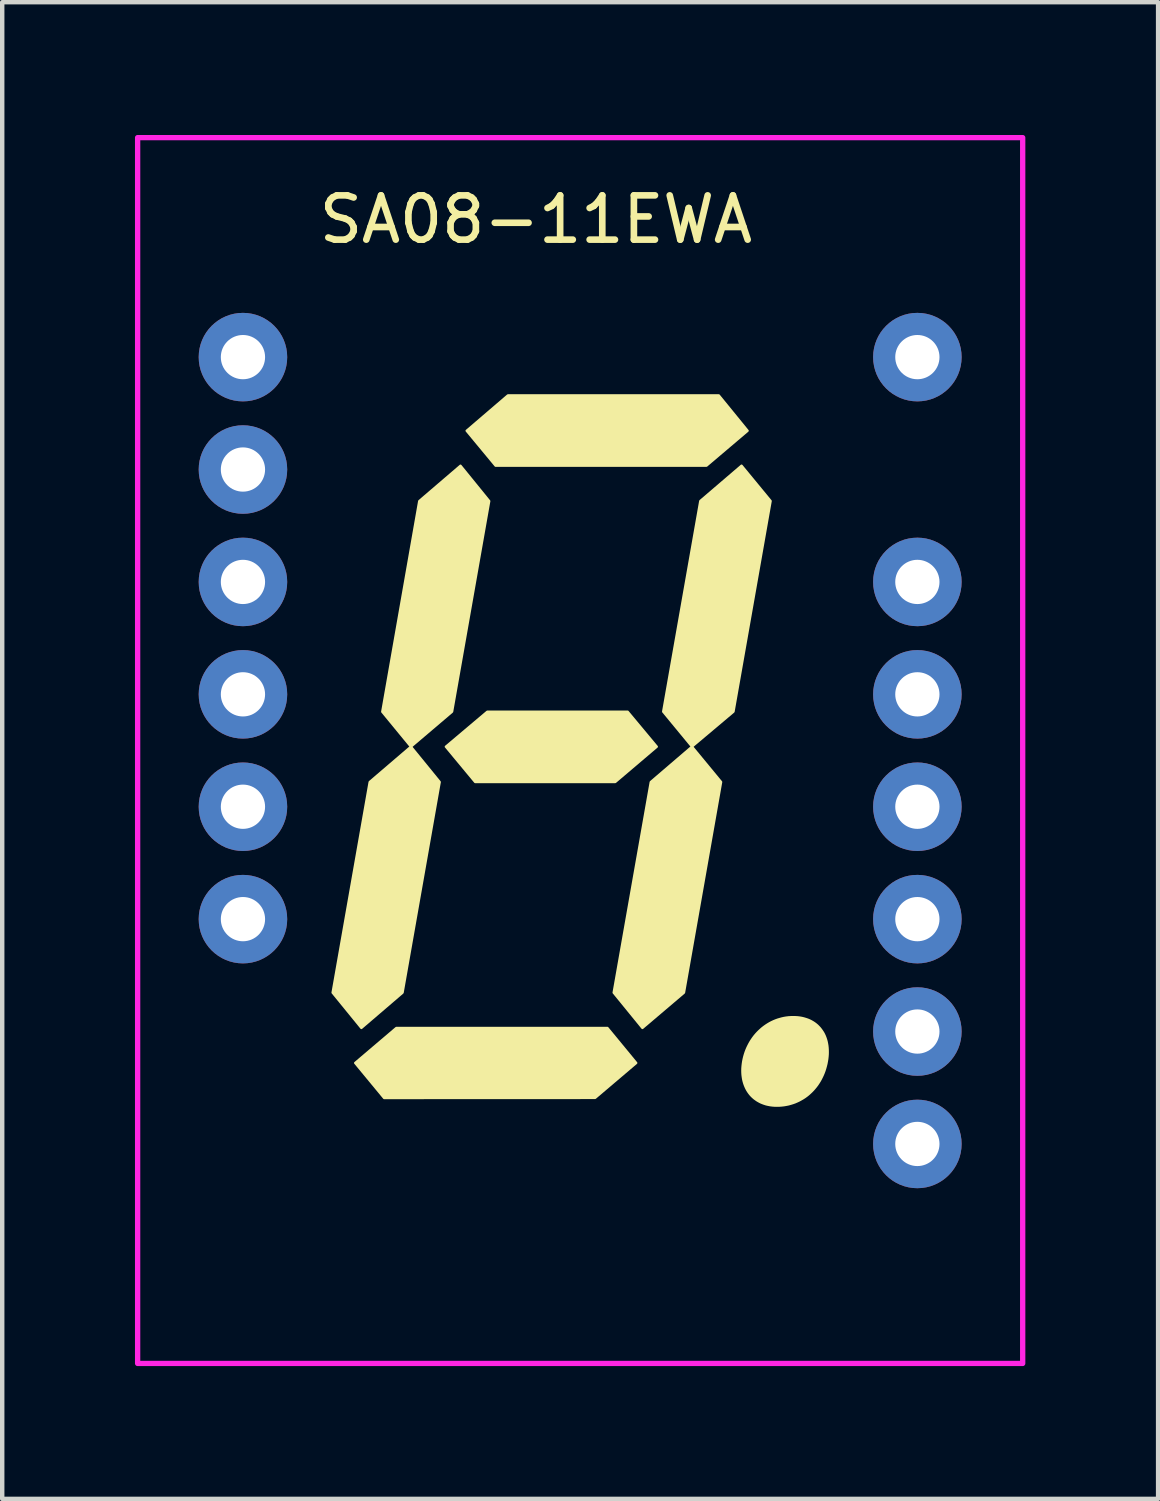
<source format=kicad_pcb>
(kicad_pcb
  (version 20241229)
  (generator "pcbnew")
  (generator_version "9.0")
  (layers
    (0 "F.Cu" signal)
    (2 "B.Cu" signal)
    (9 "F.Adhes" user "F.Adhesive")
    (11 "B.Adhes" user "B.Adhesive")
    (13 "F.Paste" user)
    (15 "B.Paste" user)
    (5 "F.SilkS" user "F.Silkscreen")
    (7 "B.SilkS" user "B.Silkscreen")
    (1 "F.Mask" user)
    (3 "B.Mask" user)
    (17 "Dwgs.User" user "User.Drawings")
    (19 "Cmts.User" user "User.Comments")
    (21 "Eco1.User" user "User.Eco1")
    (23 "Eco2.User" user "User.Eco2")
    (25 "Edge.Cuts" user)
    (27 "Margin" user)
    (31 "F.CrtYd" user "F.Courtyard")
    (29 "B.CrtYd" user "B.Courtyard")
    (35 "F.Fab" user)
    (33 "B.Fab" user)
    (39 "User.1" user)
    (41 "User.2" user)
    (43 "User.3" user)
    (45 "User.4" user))
  (footprint "SA08-11EWA"
    (layer "F.Cu")
    (at 10.06 13.91)
    (property "Reference" "SA08-11EWA" (at -1 -12 0) (unlocked yes) (layer "F.SilkS") (effects (font (size 1 1) (thickness 0.15))))
    (fp_poly (pts (xy -5.594 5.471) (xy -4.756 0.711) (xy -3.824 -0.087) (xy -3.174 0.711) (xy -4.013 5.471) (xy -4.944 6.269) (xy -5.594 5.471)) (stroke (width 0.053) (type solid)) (fill yes) (layer "F.SilkS"))
    (fp_poly (pts (xy -4.472 -0.876) (xy -3.636 -5.637) (xy -2.704 -6.436) (xy -2.055 -5.637) (xy -2.894 -0.878) (xy -3.824 -0.087) (xy -4.472 -0.876)) (stroke (width 0.053) (type solid)) (fill yes) (layer "F.SilkS"))
    (fp_poly (pts (xy -4.43 7.852) (xy -5.084 7.06) (xy -4.154 6.269) (xy 0.616 6.269) (xy 1.267 7.06) (xy 0.337 7.85) (xy -4.43 7.852)) (stroke (width 0.053) (type solid)) (fill yes) (layer "F.SilkS"))
    (fp_poly (pts (xy -2.373 0.711) (xy -3.035 -0.087) (xy -2.098 -0.878) (xy 1.073 -0.878) (xy 1.732 -0.087) (xy 0.793 0.711) (xy -2.373 0.711)) (stroke (width 0.053) (type solid)) (fill yes) (layer "F.SilkS"))
    (fp_poly (pts (xy -1.911 -6.436) (xy -2.565 -7.226) (xy -1.633 -8.025) (xy 3.133 -8.025) (xy 3.784 -7.226) (xy 2.853 -6.436) (xy -1.911 -6.436)) (stroke (width 0.053) (type solid)) (fill yes) (layer "F.SilkS"))
    (fp_poly (pts (xy 0.757 5.471) (xy 1.596 0.711) (xy 2.527 -0.087) (xy 3.185 0.711) (xy 2.346 5.471) (xy 1.407 6.269) (xy 0.757 5.471)) (stroke (width 0.053) (type solid)) (fill yes) (layer "F.SilkS"))
    (fp_poly (pts (xy 1.876 -0.879) (xy 2.715 -5.639) (xy 3.647 -6.437) (xy 4.304 -5.639) (xy 3.465 -0.879) (xy 2.527 -0.089) (xy 1.876 -0.879)) (stroke (width 0.053) (type solid)) (fill yes) (layer "F.SilkS"))
    (fp_poly (pts (xy 3.685 7.025) (xy 3.696 6.97) (xy 3.709 6.917) (xy 3.724 6.864) (xy 3.741 6.813) (xy 3.76 6.763) (xy 3.781 6.714) (xy 3.804 6.667) (xy 3.828 6.621) (xy 3.854 6.576) (xy 3.882 6.533) (xy 3.911 6.491) (xy 3.942 6.45) (xy 3.975 6.411) (xy 4.009 6.374) (xy 4.044 6.339) (xy 4.081 6.305) (xy 4.119 6.272) (xy 4.158 6.242) (xy 4.199 6.213) (xy 4.241 6.186) (xy 4.283 6.161) (xy 4.327 6.138) (xy 4.372 6.117) (xy 4.418 6.098) (xy 4.465 6.081) (xy 4.513 6.067) (xy 4.561 6.054) (xy 4.61 6.043) (xy 4.66 6.035) (xy 4.711 6.029) (xy 4.762 6.026) (xy 4.814 6.025) (xy 4.865 6.026) (xy 4.915 6.029) (xy 4.964 6.035) (xy 5.01 6.043) (xy 5.056 6.054) (xy 5.099 6.067) (xy 5.141 6.081) (xy 5.182 6.098) (xy 5.22 6.117) (xy 5.257 6.138) (xy 5.293 6.161) (xy 5.326 6.186) (xy 5.358 6.213) (xy 5.387 6.242) (xy 5.415 6.272) (xy 5.441 6.305) (xy 5.465 6.339) (xy 5.488 6.374) (xy 5.508 6.411) (xy 5.526 6.45) (xy 5.542 6.491) (xy 5.556 6.533) (xy 5.568 6.576) (xy 5.577 6.621) (xy 5.585 6.667) (xy 5.59 6.714) (xy 5.593 6.763) (xy 5.594 6.813) (xy 5.593 6.864) (xy 5.589 6.917) (xy 5.583 6.97) (xy 5.574 7.025) (xy 5.564 7.078) (xy 5.551 7.13) (xy 5.537 7.181) (xy 5.521 7.232) (xy 5.503 7.281) (xy 5.483 7.329) (xy 5.461 7.376) (xy 5.438 7.422) (xy 5.413 7.467) (xy 5.386 7.51) (xy 5.358 7.552) (xy 5.328 7.592) (xy 5.296 7.631) (xy 5.263 7.669) (xy 5.228 7.705) (xy 5.192 7.739) (xy 5.155 7.772) (xy 5.116 7.803) (xy 5.076 7.832) (xy 5.034 7.859) (xy 4.991 7.884) (xy 4.947 7.908) (xy 4.902 7.929) (xy 4.856 7.949) (xy 4.808 7.966) (xy 4.759 7.981) (xy 4.709 7.995) (xy 4.659 8.005) (xy 4.607 8.014) (xy 4.554 8.02) (xy 4.5 8.024) (xy 4.446 8.025) (xy 4.394 8.024) (xy 4.344 8.02) (xy 4.296 8.014) (xy 4.249 8.005) (xy 4.204 7.995) (xy 4.16 7.981) (xy 4.119 7.966) (xy 4.078 7.949) (xy 4.04 7.929) (xy 4.003 7.908) (xy 3.968 7.884) (xy 3.934 7.859) (xy 3.903 7.832) (xy 3.873 7.803) (xy 3.845 7.772) (xy 3.819 7.739) (xy 3.795 7.705) (xy 3.773 7.669) (xy 3.753 7.631) (xy 3.735 7.592) (xy 3.719 7.552) (xy 3.705 7.51) (xy 3.693 7.467) (xy 3.683 7.422) (xy 3.676 7.376) (xy 3.67 7.329) (xy 3.667 7.281) (xy 3.666 7.232) (xy 3.667 7.181) (xy 3.671 7.13) (xy 3.677 7.078) (xy 3.685 7.025)) (stroke (width 0.053) (type solid)) (fill yes) (layer "F.SilkS"))
    (fp_rect (start -10 -13.85) (end 10 13.85) (stroke (width 0.12) (type solid)) (fill no) (layer "F.CrtYd"))
    (pad "1" thru_hole circle (at -7.62 -8.89) (size 2 2) (drill 1) (layers "*.Cu" "*.Mask"))
    (pad "2" thru_hole circle (at -7.62 -6.35) (size 2 2) (drill 1) (layers "*.Cu" "*.Mask"))
    (pad "3" thru_hole circle (at -7.62 -3.81) (size 2 2) (drill 1) (layers "*.Cu" "*.Mask"))
    (pad "4" thru_hole circle (at -7.62 -1.27) (size 2 2) (drill 1) (layers "*.Cu" "*.Mask"))
    (pad "5" thru_hole circle (at -7.62 1.27) (size 2 2) (drill 1) (layers "*.Cu" "*.Mask"))
    (pad "6" thru_hole circle (at -7.62 3.81) (size 2 2) (drill 1) (layers "*.Cu" "*.Mask"))
    (pad "9" thru_hole circle (at 7.62 8.89) (size 2 2) (drill 1) (layers "*.Cu" "*.Mask"))
    (pad "10" thru_hole circle (at 7.62 6.35) (size 2 2) (drill 1) (layers "*.Cu" "*.Mask"))
    (pad "11" thru_hole circle (at 7.62 3.81) (size 2 2) (drill 1) (layers "*.Cu" "*.Mask"))
    (pad "12" thru_hole circle (at 7.62 1.27) (size 2 2) (drill 1) (layers "*.Cu" "*.Mask"))
    (pad "13" thru_hole circle (at 7.62 -1.27) (size 2 2) (drill 1) (layers "*.Cu" "*.Mask"))
    (pad "14" thru_hole circle (at 7.62 -3.81) (size 2 2) (drill 1) (layers "*.Cu" "*.Mask"))
    (pad "16" thru_hole circle (at 7.62 -8.89) (size 2 2) (drill 1) (layers "*.Cu" "*.Mask")))
  (gr_rect
    (start -3 -3)
    (end 23.12 30.82)
    (stroke (width 0.1) (type default))
    (fill no)
    (layer "Edge.Cuts")))
</source>
